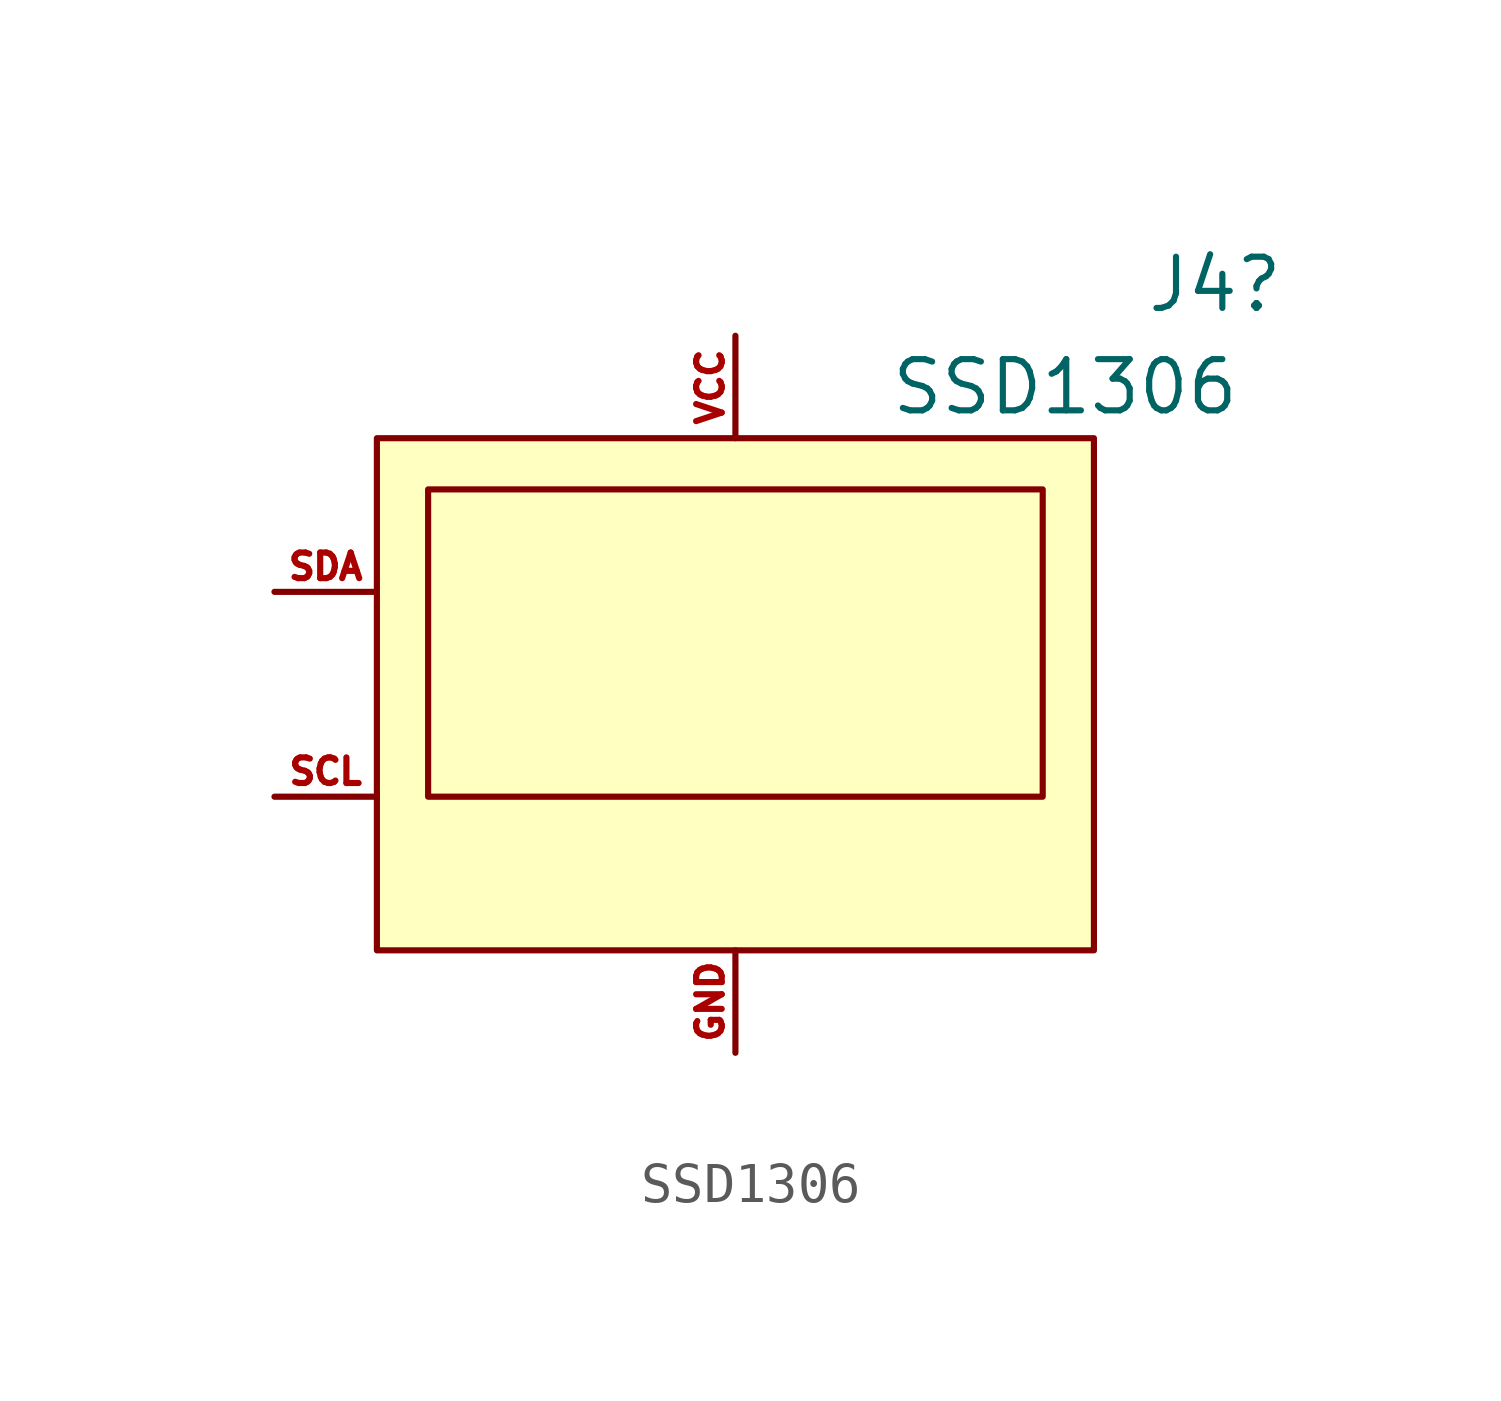
<source format=kicad_sym>
(kicad_symbol_lib
  (version 20220914)
  (generator kicad_symbol_editor)
  (symbol "SSD1306"
    (pin_names
      (offset 1.016))
    (property "Reference" "J4"
      (at 10.16 10.16 0)
      (effects (font (size 1.27 1.27)) (justify left)))
    (property "Value" "SSD1306"
      (at 3.81 7.62 0)
      (effects (font (size 1.27 1.27)) (justify left)))
    (symbol "SSD1306_1_1"
      (rectangle (start -8.89 6.35) (end 8.89 -6.35) (stroke (width 0) (type solid)) (fill (type background)))
      (rectangle (start -7.62 5.08) (end 7.62 -2.54) (stroke (width 0) (type solid)) (fill (type none)))
      (pin power_in line (at 0 -8.89 90) (length 2.54) (name "GND" (effects (font (size 0 0)))) (number "GND" (effects (font (size 0.635 0.635)))))
      (pin input line (at -11.43 -2.54 0) (length 2.54) (name "SCL" (effects (font (size 0 0)))) (number "SCL" (effects (font (size 0.635 0.635)))))
      (pin input line (at -11.43 2.54 0) (length 2.54) (name "SDA" (effects (font (size 0 0)))) (number "SDA" (effects (font (size 0.635 0.635)))))
      (pin power_in line (at 0 8.89 270) (length 2.54) (name "VCC" (effects (font (size 0 0)))) (number "VCC" (effects (font (size 0.635 0.635))))))))
</source>
